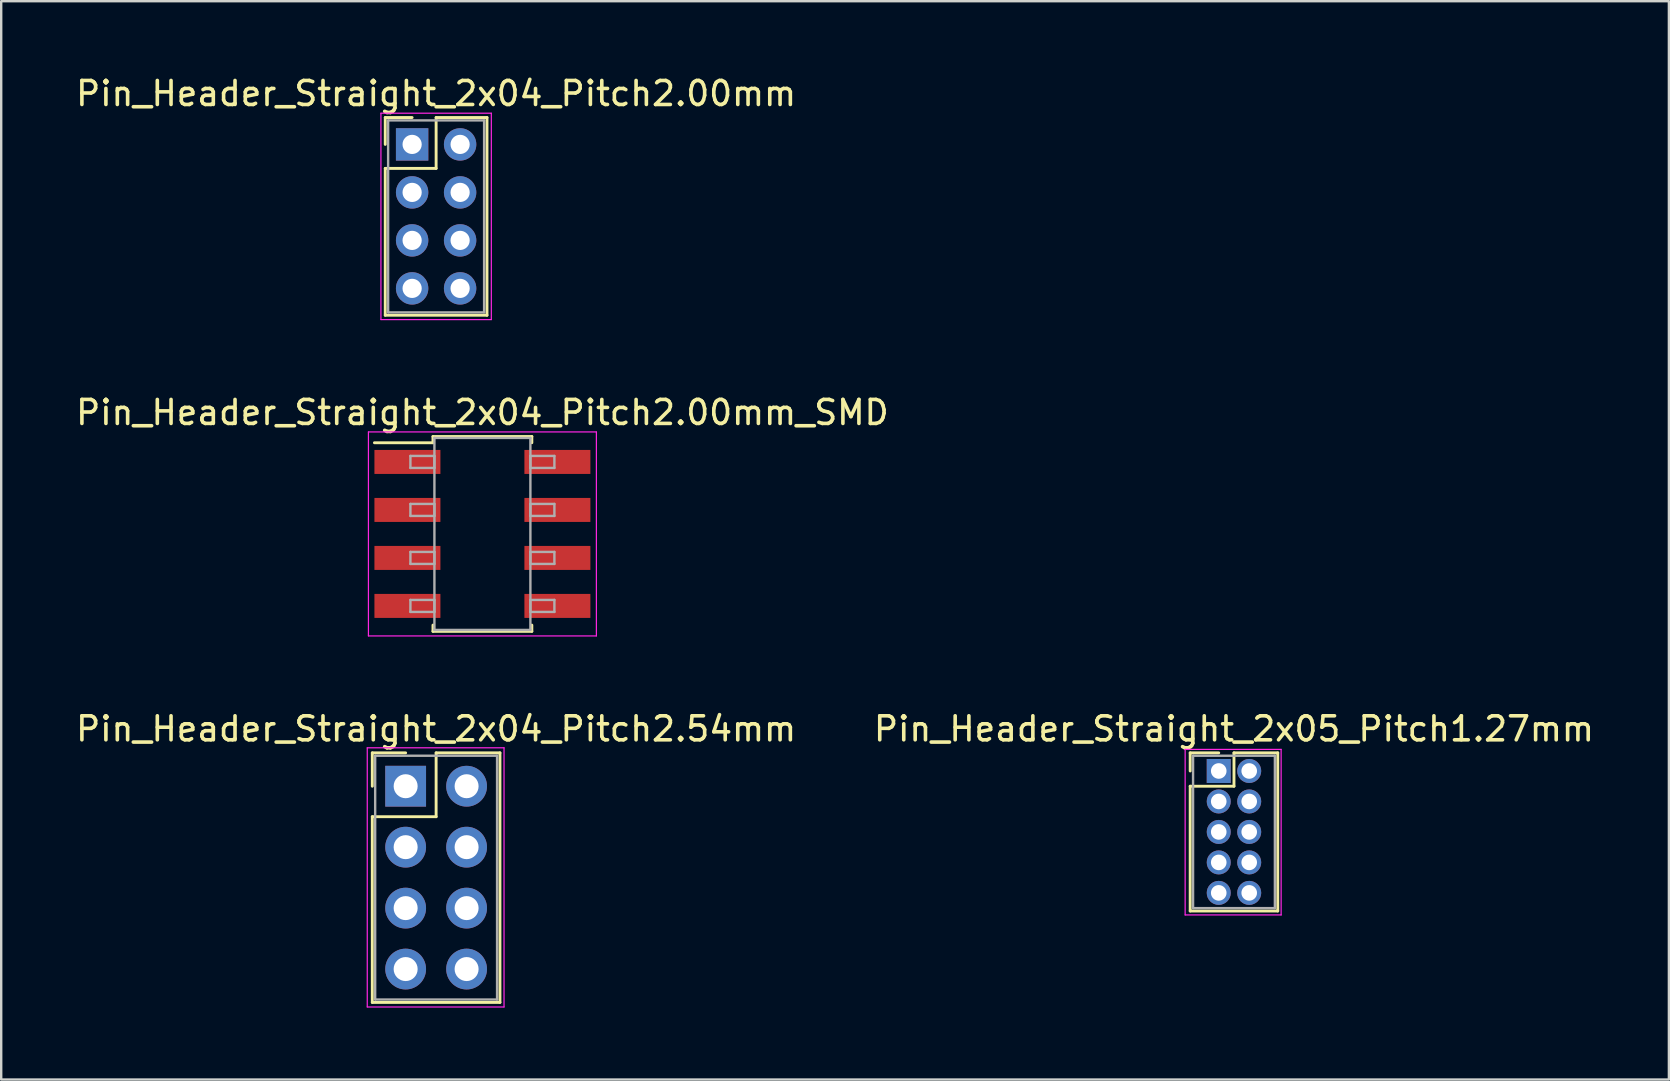
<source format=kicad_pcb>
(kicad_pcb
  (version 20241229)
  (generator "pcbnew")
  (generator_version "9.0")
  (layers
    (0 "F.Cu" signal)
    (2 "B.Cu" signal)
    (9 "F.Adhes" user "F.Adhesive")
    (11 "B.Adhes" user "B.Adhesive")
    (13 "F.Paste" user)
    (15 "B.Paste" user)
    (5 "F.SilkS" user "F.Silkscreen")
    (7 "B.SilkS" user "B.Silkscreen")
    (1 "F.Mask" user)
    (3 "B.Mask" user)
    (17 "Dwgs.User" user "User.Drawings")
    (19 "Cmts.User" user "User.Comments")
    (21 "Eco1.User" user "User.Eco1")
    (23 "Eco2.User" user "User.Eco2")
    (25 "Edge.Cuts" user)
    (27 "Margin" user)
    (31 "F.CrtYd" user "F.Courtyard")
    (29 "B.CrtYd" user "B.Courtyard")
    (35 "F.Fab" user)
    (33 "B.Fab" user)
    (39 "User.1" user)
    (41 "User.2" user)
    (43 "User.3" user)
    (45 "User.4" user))
  (footprint "Pin_Header_Straight_2x04_Pitch2.00mm"
    (layer "F.Cu")
    (at 14.125 2.968)
    (property "Reference" "Pin_Header_Straight_2x04_Pitch2.00mm" (at 1 -2.12 0) (layer "F.SilkS") (effects (font (size 1 1) (thickness 0.15))))
    (attr through_hole)
    (fp_line (start -1.12 -1.12) (end 0 -1.12) (stroke (width 0.12) (type solid)) (layer "F.SilkS"))
    (fp_line (start -1.12 0) (end -1.12 -1.12) (stroke (width 0.12) (type solid)) (layer "F.SilkS"))
    (fp_line (start -1.12 1) (end -1.12 7.12) (stroke (width 0.12) (type solid)) (layer "F.SilkS"))
    (fp_line (start -1.12 7.12) (end 3.12 7.12) (stroke (width 0.12) (type solid)) (layer "F.SilkS"))
    (fp_line (start 1 -1.12) (end 1 1) (stroke (width 0.12) (type solid)) (layer "F.SilkS"))
    (fp_line (start 1 1) (end -1.12 1) (stroke (width 0.12) (type solid)) (layer "F.SilkS"))
    (fp_line (start 3.12 -1.12) (end 1 -1.12) (stroke (width 0.12) (type solid)) (layer "F.SilkS"))
    (fp_line (start 3.12 7.12) (end 3.12 -1.12) (stroke (width 0.12) (type solid)) (layer "F.SilkS"))
    (fp_line (start -1.3 -1.3) (end -1.3 7.3) (stroke (width 0.05) (type solid)) (layer "F.CrtYd"))
    (fp_line (start -1.3 7.3) (end 3.3 7.3) (stroke (width 0.05) (type solid)) (layer "F.CrtYd"))
    (fp_line (start 3.3 -1.3) (end -1.3 -1.3) (stroke (width 0.05) (type solid)) (layer "F.CrtYd"))
    (fp_line (start 3.3 7.3) (end 3.3 -1.3) (stroke (width 0.05) (type solid)) (layer "F.CrtYd"))
    (fp_line (start -1 -1) (end -1 7) (stroke (width 0.1) (type solid)) (layer "F.Fab"))
    (fp_line (start -1 7) (end 3 7) (stroke (width 0.1) (type solid)) (layer "F.Fab"))
    (fp_line (start 3 -1) (end -1 -1) (stroke (width 0.1) (type solid)) (layer "F.Fab"))
    (fp_line (start 3 7) (end 3 -1) (stroke (width 0.1) (type solid)) (layer "F.Fab"))
    (pad "1" thru_hole rect (at 0 0) (size 1.35 1.35) (drill 0.8) (layers "*.Cu" "*.Mask"))
    (pad "2" thru_hole oval (at 2 0) (size 1.35 1.35) (drill 0.8) (layers "*.Cu" "*.Mask"))
    (pad "3" thru_hole oval (at 0 2) (size 1.35 1.35) (drill 0.8) (layers "*.Cu" "*.Mask"))
    (pad "4" thru_hole oval (at 2 2) (size 1.35 1.35) (drill 0.8) (layers "*.Cu" "*.Mask"))
    (pad "5" thru_hole oval (at 0 4) (size 1.35 1.35) (drill 0.8) (layers "*.Cu" "*.Mask"))
    (pad "6" thru_hole oval (at 2 4) (size 1.35 1.35) (drill 0.8) (layers "*.Cu" "*.Mask"))
    (pad "7" thru_hole oval (at 0 6) (size 1.35 1.35) (drill 0.8) (layers "*.Cu" "*.Mask"))
    (pad "8" thru_hole oval (at 2 6) (size 1.35 1.35) (drill 0.8) (layers "*.Cu" "*.Mask")))
  (footprint "Pin_Header_Straight_2x04_Pitch2.54mm"
    (layer "F.Cu")
    (at 13.855 29.715)
    (property "Reference" "Pin_Header_Straight_2x04_Pitch2.54mm" (at 1.27 -2.39 0) (layer "F.SilkS") (effects (font (size 1 1) (thickness 0.15))))
    (attr through_hole)
    (fp_line (start -1.39 -1.39) (end 0 -1.39) (stroke (width 0.12) (type solid)) (layer "F.SilkS"))
    (fp_line (start -1.39 0) (end -1.39 -1.39) (stroke (width 0.12) (type solid)) (layer "F.SilkS"))
    (fp_line (start -1.39 1.27) (end -1.39 9.01) (stroke (width 0.12) (type solid)) (layer "F.SilkS"))
    (fp_line (start -1.39 9.01) (end 3.93 9.01) (stroke (width 0.12) (type solid)) (layer "F.SilkS"))
    (fp_line (start 1.27 -1.39) (end 1.27 1.27) (stroke (width 0.12) (type solid)) (layer "F.SilkS"))
    (fp_line (start 1.27 1.27) (end -1.39 1.27) (stroke (width 0.12) (type solid)) (layer "F.SilkS"))
    (fp_line (start 3.93 -1.39) (end 1.27 -1.39) (stroke (width 0.12) (type solid)) (layer "F.SilkS"))
    (fp_line (start 3.93 9.01) (end 3.93 -1.39) (stroke (width 0.12) (type solid)) (layer "F.SilkS"))
    (fp_line (start -1.6 -1.6) (end -1.6 9.2) (stroke (width 0.05) (type solid)) (layer "F.CrtYd"))
    (fp_line (start -1.6 9.2) (end 4.1 9.2) (stroke (width 0.05) (type solid)) (layer "F.CrtYd"))
    (fp_line (start 4.1 -1.6) (end -1.6 -1.6) (stroke (width 0.05) (type solid)) (layer "F.CrtYd"))
    (fp_line (start 4.1 9.2) (end 4.1 -1.6) (stroke (width 0.05) (type solid)) (layer "F.CrtYd"))
    (fp_line (start -1.27 -1.27) (end -1.27 8.89) (stroke (width 0.1) (type solid)) (layer "F.Fab"))
    (fp_line (start -1.27 8.89) (end 3.81 8.89) (stroke (width 0.1) (type solid)) (layer "F.Fab"))
    (fp_line (start 3.81 -1.27) (end -1.27 -1.27) (stroke (width 0.1) (type solid)) (layer "F.Fab"))
    (fp_line (start 3.81 8.89) (end 3.81 -1.27) (stroke (width 0.1) (type solid)) (layer "F.Fab"))
    (pad "1" thru_hole rect (at 0 0) (size 1.7 1.7) (drill 1) (layers "*.Cu" "*.Mask"))
    (pad "2" thru_hole oval (at 2.54 0) (size 1.7 1.7) (drill 1) (layers "*.Cu" "*.Mask"))
    (pad "3" thru_hole oval (at 0 2.54) (size 1.7 1.7) (drill 1) (layers "*.Cu" "*.Mask"))
    (pad "4" thru_hole oval (at 2.54 2.54) (size 1.7 1.7) (drill 1) (layers "*.Cu" "*.Mask"))
    (pad "5" thru_hole oval (at 0 5.08) (size 1.7 1.7) (drill 1) (layers "*.Cu" "*.Mask"))
    (pad "6" thru_hole oval (at 2.54 5.08) (size 1.7 1.7) (drill 1) (layers "*.Cu" "*.Mask"))
    (pad "7" thru_hole oval (at 0 7.62) (size 1.7 1.7) (drill 1) (layers "*.Cu" "*.Mask"))
    (pad "8" thru_hole oval (at 2.54 7.62) (size 1.7 1.7) (drill 1) (layers "*.Cu" "*.Mask")))
  (footprint "Pin_Header_Straight_2x04_Pitch2.00mm_SMD"
    (layer "F.Cu")
    (at 17.054 19.201)
    (property "Reference" "Pin_Header_Straight_2x04_Pitch2.00mm_SMD" (at 0 -5.06 0) (layer "F.SilkS") (effects (font (size 1 1) (thickness 0.15))))
    (attr smd)
    (fp_line (start -4.5 -3.8) (end -2.06 -3.8) (stroke (width 0.12) (type solid)) (layer "F.SilkS"))
    (fp_line (start -2.06 -4.06) (end 2.06 -4.06) (stroke (width 0.12) (type solid)) (layer "F.SilkS"))
    (fp_line (start -2.06 -3.8) (end -2.06 -4.06) (stroke (width 0.12) (type solid)) (layer "F.SilkS"))
    (fp_line (start -2.06 3.8) (end -2.06 4.06) (stroke (width 0.12) (type solid)) (layer "F.SilkS"))
    (fp_line (start -2.06 4.06) (end 2.06 4.06) (stroke (width 0.12) (type solid)) (layer "F.SilkS"))
    (fp_line (start 2.06 -4.06) (end 2.06 -3.8) (stroke (width 0.12) (type solid)) (layer "F.SilkS"))
    (fp_line (start 2.06 4.06) (end 2.06 3.8) (stroke (width 0.12) (type solid)) (layer "F.SilkS"))
    (fp_line (start -4.75 -4.25) (end -4.75 4.25) (stroke (width 0.05) (type solid)) (layer "F.CrtYd"))
    (fp_line (start -4.75 4.25) (end 4.75 4.25) (stroke (width 0.05) (type solid)) (layer "F.CrtYd"))
    (fp_line (start 4.75 -4.25) (end -4.75 -4.25) (stroke (width 0.05) (type solid)) (layer "F.CrtYd"))
    (fp_line (start 4.75 4.25) (end 4.75 -4.25) (stroke (width 0.05) (type solid)) (layer "F.CrtYd"))
    (fp_line (start -3 -3.25) (end -2 -3.25) (stroke (width 0.1) (type solid)) (layer "F.Fab"))
    (fp_line (start -3 -2.75) (end -3 -3.25) (stroke (width 0.1) (type solid)) (layer "F.Fab"))
    (fp_line (start -3 -1.25) (end -2 -1.25) (stroke (width 0.1) (type solid)) (layer "F.Fab"))
    (fp_line (start -3 -0.75) (end -3 -1.25) (stroke (width 0.1) (type solid)) (layer "F.Fab"))
    (fp_line (start -3 0.75) (end -2 0.75) (stroke (width 0.1) (type solid)) (layer "F.Fab"))
    (fp_line (start -3 1.25) (end -3 0.75) (stroke (width 0.1) (type solid)) (layer "F.Fab"))
    (fp_line (start -3 2.75) (end -2 2.75) (stroke (width 0.1) (type solid)) (layer "F.Fab"))
    (fp_line (start -3 3.25) (end -3 2.75) (stroke (width 0.1) (type solid)) (layer "F.Fab"))
    (fp_line (start -2 -4) (end -2 4) (stroke (width 0.1) (type solid)) (layer "F.Fab"))
    (fp_line (start -2 -3.25) (end -2 -2.75) (stroke (width 0.1) (type solid)) (layer "F.Fab"))
    (fp_line (start -2 -2.75) (end -3 -2.75) (stroke (width 0.1) (type solid)) (layer "F.Fab"))
    (fp_line (start -2 -1.25) (end -2 -0.75) (stroke (width 0.1) (type solid)) (layer "F.Fab"))
    (fp_line (start -2 -0.75) (end -3 -0.75) (stroke (width 0.1) (type solid)) (layer "F.Fab"))
    (fp_line (start -2 0.75) (end -2 1.25) (stroke (width 0.1) (type solid)) (layer "F.Fab"))
    (fp_line (start -2 1.25) (end -3 1.25) (stroke (width 0.1) (type solid)) (layer "F.Fab"))
    (fp_line (start -2 2.75) (end -2 3.25) (stroke (width 0.1) (type solid)) (layer "F.Fab"))
    (fp_line (start -2 3.25) (end -3 3.25) (stroke (width 0.1) (type solid)) (layer "F.Fab"))
    (fp_line (start -2 4) (end 2 4) (stroke (width 0.1) (type solid)) (layer "F.Fab"))
    (fp_line (start 2 -4) (end -2 -4) (stroke (width 0.1) (type solid)) (layer "F.Fab"))
    (fp_line (start 2 -3.25) (end 2 -2.75) (stroke (width 0.1) (type solid)) (layer "F.Fab"))
    (fp_line (start 2 -2.75) (end 3 -2.75) (stroke (width 0.1) (type solid)) (layer "F.Fab"))
    (fp_line (start 2 -1.25) (end 2 -0.75) (stroke (width 0.1) (type solid)) (layer "F.Fab"))
    (fp_line (start 2 -0.75) (end 3 -0.75) (stroke (width 0.1) (type solid)) (layer "F.Fab"))
    (fp_line (start 2 0.75) (end 2 1.25) (stroke (width 0.1) (type solid)) (layer "F.Fab"))
    (fp_line (start 2 1.25) (end 3 1.25) (stroke (width 0.1) (type solid)) (layer "F.Fab"))
    (fp_line (start 2 2.75) (end 2 3.25) (stroke (width 0.1) (type solid)) (layer "F.Fab"))
    (fp_line (start 2 3.25) (end 3 3.25) (stroke (width 0.1) (type solid)) (layer "F.Fab"))
    (fp_line (start 2 4) (end 2 -4) (stroke (width 0.1) (type solid)) (layer "F.Fab"))
    (fp_line (start 3 -3.25) (end 2 -3.25) (stroke (width 0.1) (type solid)) (layer "F.Fab"))
    (fp_line (start 3 -2.75) (end 3 -3.25) (stroke (width 0.1) (type solid)) (layer "F.Fab"))
    (fp_line (start 3 -1.25) (end 2 -1.25) (stroke (width 0.1) (type solid)) (layer "F.Fab"))
    (fp_line (start 3 -0.75) (end 3 -1.25) (stroke (width 0.1) (type solid)) (layer "F.Fab"))
    (fp_line (start 3 0.75) (end 2 0.75) (stroke (width 0.1) (type solid)) (layer "F.Fab"))
    (fp_line (start 3 1.25) (end 3 0.75) (stroke (width 0.1) (type solid)) (layer "F.Fab"))
    (fp_line (start 3 2.75) (end 2 2.75) (stroke (width 0.1) (type solid)) (layer "F.Fab"))
    (fp_line (start 3 3.25) (end 3 2.75) (stroke (width 0.1) (type solid)) (layer "F.Fab"))
    (pad "1" smd rect (at -3.125 -3) (size 2.75 1) (layers "F.Cu" "F.Mask"))
    (pad "2" smd rect (at 3.125 -3) (size 2.75 1) (layers "F.Cu" "F.Mask"))
    (pad "3" smd rect (at -3.125 -1) (size 2.75 1) (layers "F.Cu" "F.Mask"))
    (pad "4" smd rect (at 3.125 -1) (size 2.75 1) (layers "F.Cu" "F.Mask"))
    (pad "5" smd rect (at -3.125 1) (size 2.75 1) (layers "F.Cu" "F.Mask"))
    (pad "6" smd rect (at 3.125 1) (size 2.75 1) (layers "F.Cu" "F.Mask"))
    (pad "7" smd rect (at -3.125 3) (size 2.75 1) (layers "F.Cu" "F.Mask"))
    (pad "8" smd rect (at 3.125 3) (size 2.75 1) (layers "F.Cu" "F.Mask")))
  (footprint "Pin_Header_Straight_2x05_Pitch1.27mm"
    (layer "F.Cu")
    (at 47.74 29.08)
    (property "Reference" "Pin_Header_Straight_2x05_Pitch1.27mm" (at 0.635 -1.755 0) (layer "F.SilkS") (effects (font (size 1 1) (thickness 0.15))))
    (attr through_hole)
    (fp_line (start -1.19 -0.755) (end 0 -0.755) (stroke (width 0.12) (type solid)) (layer "F.SilkS"))
    (fp_line (start -1.19 0) (end -1.19 -0.755) (stroke (width 0.12) (type solid)) (layer "F.SilkS"))
    (fp_line (start -1.19 0.635) (end -1.19 5.835) (stroke (width 0.12) (type solid)) (layer "F.SilkS"))
    (fp_line (start -1.19 5.835) (end 2.46 5.835) (stroke (width 0.12) (type solid)) (layer "F.SilkS"))
    (fp_line (start 0.635 -0.755) (end 0.635 0.635) (stroke (width 0.12) (type solid)) (layer "F.SilkS"))
    (fp_line (start 0.635 0.635) (end -1.19 0.635) (stroke (width 0.12) (type solid)) (layer "F.SilkS"))
    (fp_line (start 2.46 -0.755) (end 0.635 -0.755) (stroke (width 0.12) (type solid)) (layer "F.SilkS"))
    (fp_line (start 2.46 5.835) (end 2.46 -0.755) (stroke (width 0.12) (type solid)) (layer "F.SilkS"))
    (fp_line (start -1.4 -0.9) (end -1.4 6) (stroke (width 0.05) (type solid)) (layer "F.CrtYd"))
    (fp_line (start -1.4 6) (end 2.6 6) (stroke (width 0.05) (type solid)) (layer "F.CrtYd"))
    (fp_line (start 2.6 -0.9) (end -1.4 -0.9) (stroke (width 0.05) (type solid)) (layer "F.CrtYd"))
    (fp_line (start 2.6 6) (end 2.6 -0.9) (stroke (width 0.05) (type solid)) (layer "F.CrtYd"))
    (fp_line (start -1.07 -0.635) (end -1.07 5.715) (stroke (width 0.1) (type solid)) (layer "F.Fab"))
    (fp_line (start -1.07 5.715) (end 2.34 5.715) (stroke (width 0.1) (type solid)) (layer "F.Fab"))
    (fp_line (start 2.34 -0.635) (end -1.07 -0.635) (stroke (width 0.1) (type solid)) (layer "F.Fab"))
    (fp_line (start 2.34 5.715) (end 2.34 -0.635) (stroke (width 0.1) (type solid)) (layer "F.Fab"))
    (pad "1" thru_hole rect (at 0 0) (size 1 1) (drill 0.65) (layers "*.Cu" "*.Mask"))
    (pad "2" thru_hole oval (at 1.27 0) (size 1 1) (drill 0.65) (layers "*.Cu" "*.Mask"))
    (pad "3" thru_hole oval (at 0 1.27) (size 1 1) (drill 0.65) (layers "*.Cu" "*.Mask"))
    (pad "4" thru_hole oval (at 1.27 1.27) (size 1 1) (drill 0.65) (layers "*.Cu" "*.Mask"))
    (pad "5" thru_hole oval (at 0 2.54) (size 1 1) (drill 0.65) (layers "*.Cu" "*.Mask"))
    (pad "6" thru_hole oval (at 1.27 2.54) (size 1 1) (drill 0.65) (layers "*.Cu" "*.Mask"))
    (pad "7" thru_hole oval (at 0 3.81) (size 1 1) (drill 0.65) (layers "*.Cu" "*.Mask"))
    (pad "8" thru_hole oval (at 1.27 3.81) (size 1 1) (drill 0.65) (layers "*.Cu" "*.Mask"))
    (pad "9" thru_hole oval (at 0 5.08) (size 1 1) (drill 0.65) (layers "*.Cu" "*.Mask"))
    (pad "10" thru_hole oval (at 1.27 5.08) (size 1 1) (drill 0.65) (layers "*.Cu" "*.Mask")))
  (gr_rect
    (start -3 -3)
    (end 66.5 41.94)
    (stroke (width 0.1) (type default))
    (fill no)
    (layer "Edge.Cuts")))
</source>
